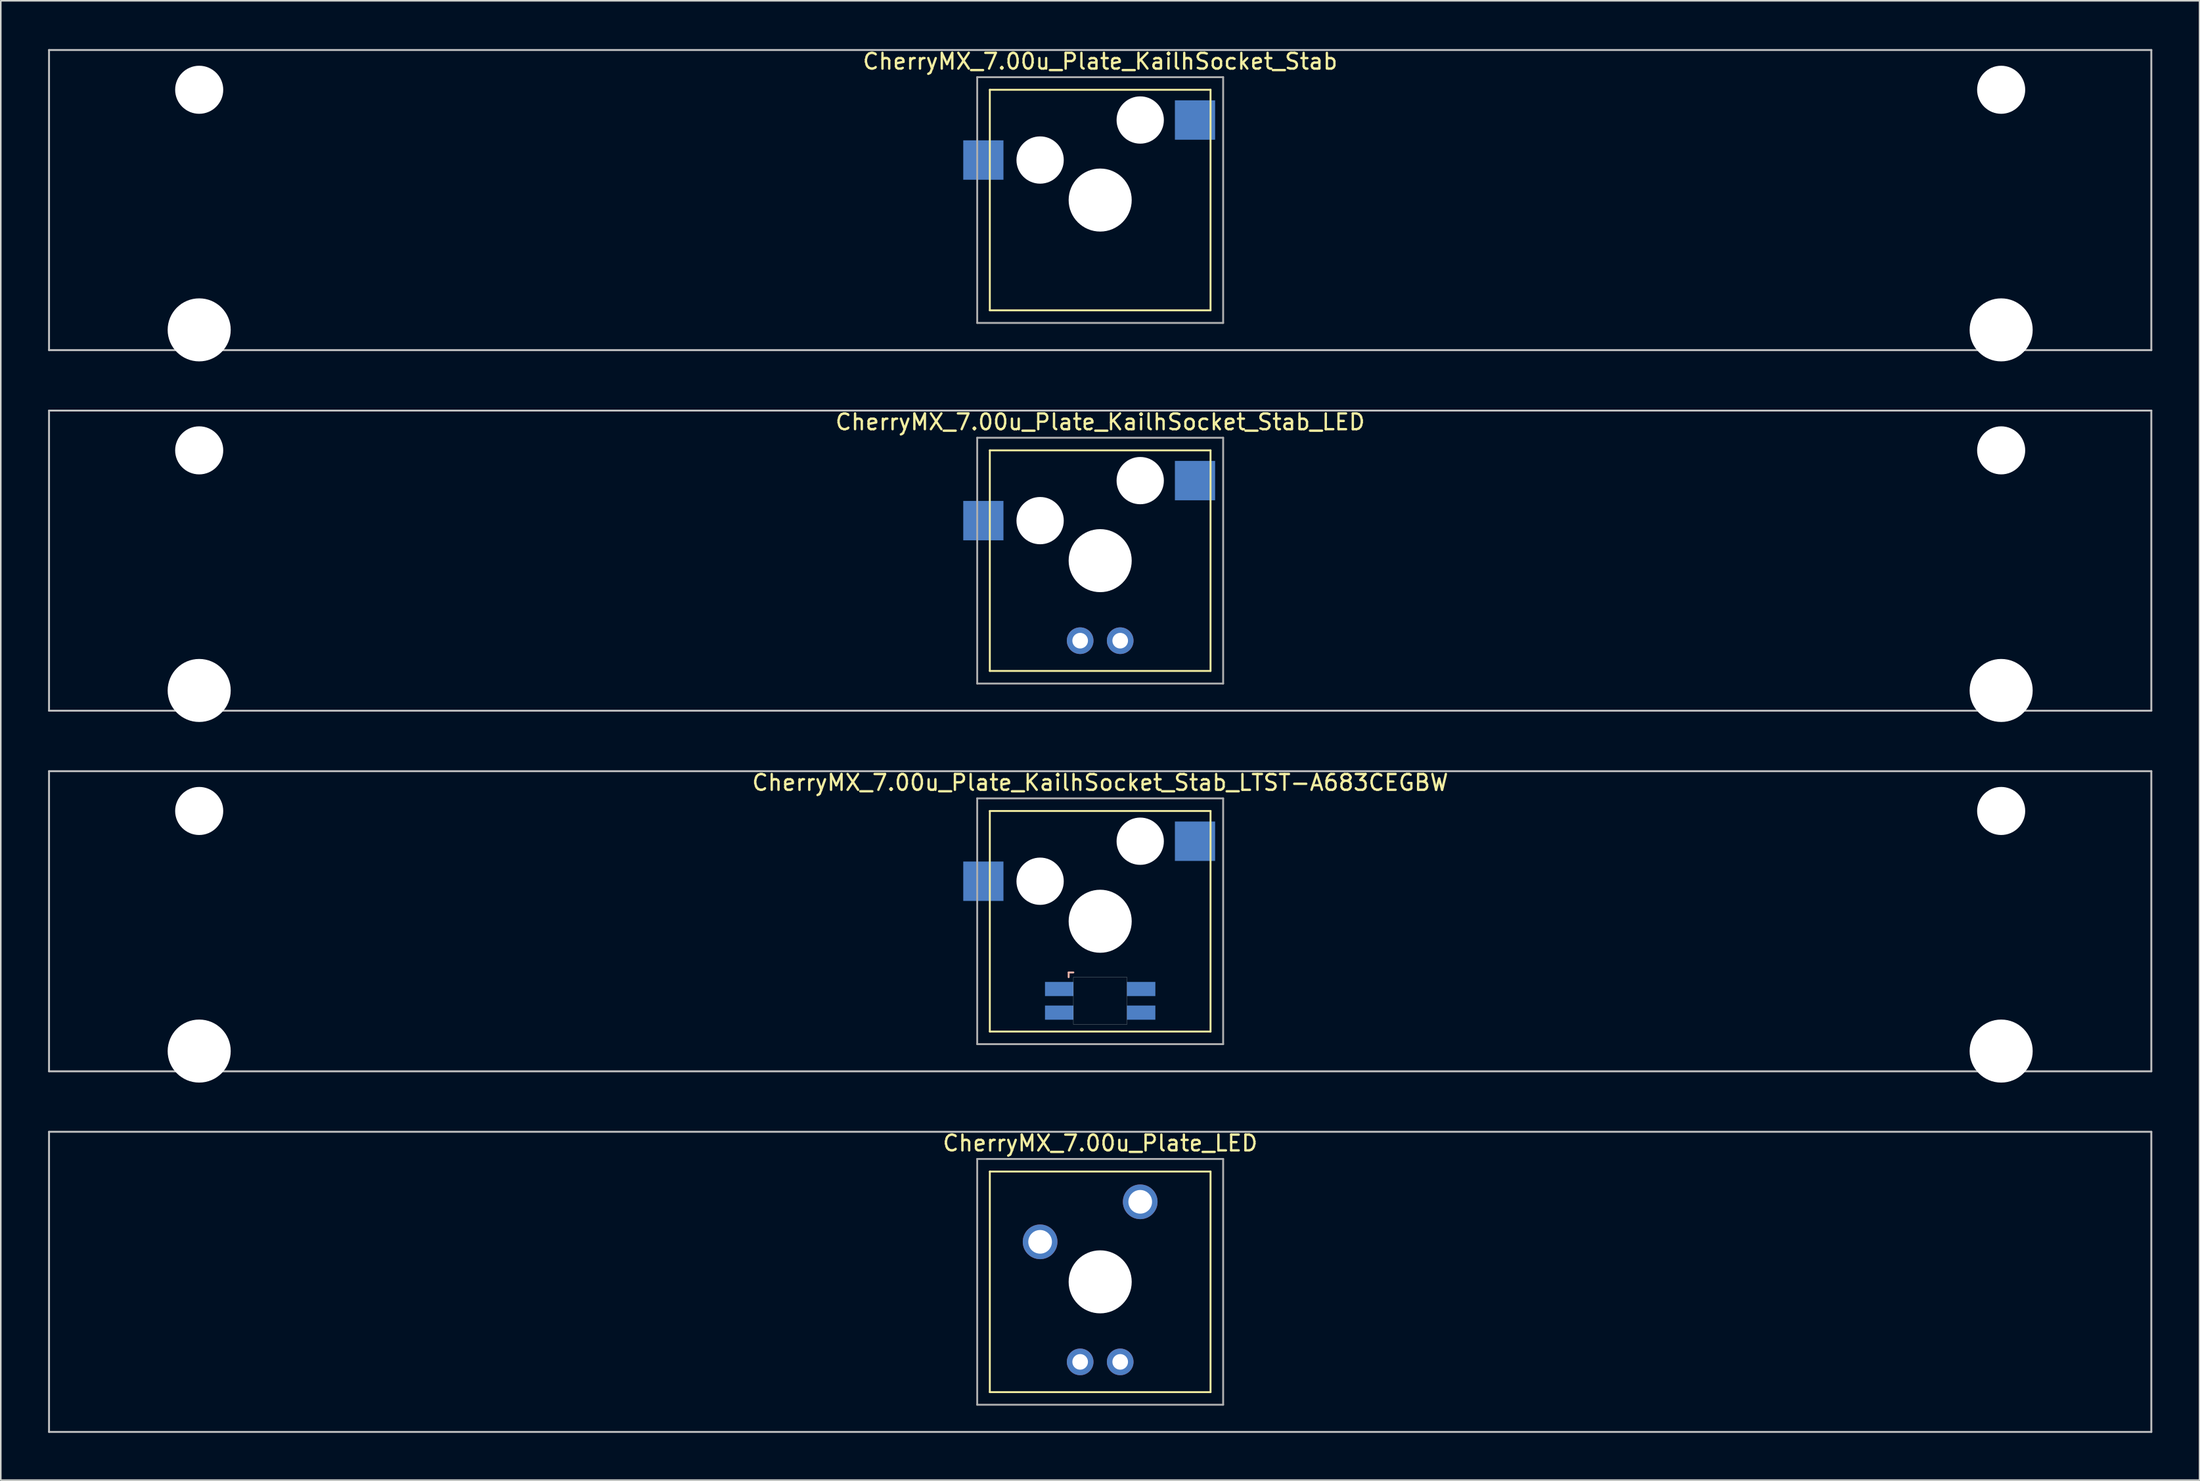
<source format=kicad_pcb>
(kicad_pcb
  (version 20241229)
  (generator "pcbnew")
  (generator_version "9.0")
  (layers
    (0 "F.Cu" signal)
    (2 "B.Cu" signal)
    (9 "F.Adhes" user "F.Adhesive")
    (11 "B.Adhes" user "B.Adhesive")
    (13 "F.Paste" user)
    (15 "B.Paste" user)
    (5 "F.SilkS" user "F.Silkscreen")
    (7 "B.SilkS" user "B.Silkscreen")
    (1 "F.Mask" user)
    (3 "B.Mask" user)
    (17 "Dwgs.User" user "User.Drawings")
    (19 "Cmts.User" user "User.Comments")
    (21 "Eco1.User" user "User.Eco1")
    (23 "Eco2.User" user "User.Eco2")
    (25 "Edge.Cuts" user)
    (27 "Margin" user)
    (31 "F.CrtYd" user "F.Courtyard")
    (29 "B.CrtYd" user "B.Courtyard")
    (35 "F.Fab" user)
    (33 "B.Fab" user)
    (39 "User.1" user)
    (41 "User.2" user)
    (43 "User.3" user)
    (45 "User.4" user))
  (footprint "CherryMX_7.00u_Plate_KailhSocket_Stab_LED"
    (layer "F.Cu")
    (at 66.735 32.536)
    (property "Reference" "CherryMX_7.00u_Plate_KailhSocket_Stab_LED" (at 0 -8.8 0) (layer "F.SilkS") (effects (font (size 1 1) (thickness 0.15))))
    (attr through_hole)
    (fp_line (start -7 -7) (end -7 7) (stroke (width 0.12) (type solid)) (layer "F.SilkS"))
    (fp_line (start -7 -7) (end 7 -7) (stroke (width 0.12) (type solid)) (layer "F.SilkS"))
    (fp_line (start 7 -7) (end 7 7) (stroke (width 0.12) (type solid)) (layer "F.SilkS"))
    (fp_line (start 7 7) (end -7 7) (stroke (width 0.12) (type solid)) (layer "F.SilkS"))
    (fp_line (start -66.675 -9.525) (end 66.675 -9.525) (stroke (width 0.12) (type solid)) (layer "Dwgs.User"))
    (fp_line (start -66.675 9.525) (end -66.675 -9.525) (stroke (width 0.12) (type solid)) (layer "Dwgs.User"))
    (fp_line (start 66.675 -9.525) (end 66.675 9.525) (stroke (width 0.12) (type solid)) (layer "Dwgs.User"))
    (fp_line (start 66.675 9.525) (end -66.675 9.525) (stroke (width 0.12) (type solid)) (layer "Dwgs.User"))
    (fp_line (start -7.8 -7.8) (end -7.8 7.8) (stroke (width 0.12) (type solid)) (layer "F.Fab"))
    (fp_line (start -7.8 -7.8) (end 7.8 -7.8) (stroke (width 0.12) (type solid)) (layer "F.Fab"))
    (fp_line (start -7.8 7.8) (end 7.8 7.8) (stroke (width 0.12) (type solid)) (layer "F.Fab"))
    (fp_line (start 7.8 -7.8) (end 7.8 7.8) (stroke (width 0.12) (type solid)) (layer "F.Fab"))
    (pad "" np_thru_hole circle (at -57.15 -7) (size 3.05 3.05) (drill 3.05) (layers "*.Cu" "*.Mask"))
    (pad "" np_thru_hole circle (at -57.15 8.24) (size 4 4) (drill 4) (layers "*.Cu" "*.Mask"))
    (pad "" np_thru_hole circle (at -3.81 -2.54) (size 3 3) (drill 3) (layers "*.Cu" "*.Mask"))
    (pad "" np_thru_hole circle (at 0 0) (size 4 4) (drill 4) (layers "*.Cu" "*.Mask"))
    (pad "" np_thru_hole circle (at 2.54 -5.08) (size 3 3) (drill 3) (layers "*.Cu" "*.Mask"))
    (pad "" np_thru_hole circle (at 57.15 -7) (size 3.05 3.05) (drill 3.05) (layers "*.Cu" "*.Mask"))
    (pad "" np_thru_hole circle (at 57.15 8.24) (size 4 4) (drill 4) (layers "*.Cu" "*.Mask"))
    (pad "1" smd rect (at -7.41 -2.54) (size 2.55 2.5) (layers "B.Cu" "B.Mask" "B.Paste"))
    (pad "2" smd rect (at 6.015 -5.08) (size 2.55 2.5) (layers "B.Cu" "B.Mask" "B.Paste"))
    (pad "3" thru_hole circle (at -1.27 5.08) (size 1.691 1.691) (drill 0.991) (layers "*.Cu" "*.Mask"))
    (pad "4" thru_hole circle (at 1.27 5.08) (size 1.691 1.691) (drill 0.991) (layers "*.Cu" "*.Mask")))
  (footprint "CherryMX_7.00u_Plate_LED"
    (layer "F.Cu")
    (at 66.735 78.313)
    (property "Reference" "CherryMX_7.00u_Plate_LED" (at 0 -8.8 0) (layer "F.SilkS") (effects (font (size 1 1) (thickness 0.15))))
    (attr through_hole)
    (fp_line (start -7 -7) (end -7 7) (stroke (width 0.12) (type solid)) (layer "F.SilkS"))
    (fp_line (start -7 -7) (end 7 -7) (stroke (width 0.12) (type solid)) (layer "F.SilkS"))
    (fp_line (start 7 -7) (end 7 7) (stroke (width 0.12) (type solid)) (layer "F.SilkS"))
    (fp_line (start 7 7) (end -7 7) (stroke (width 0.12) (type solid)) (layer "F.SilkS"))
    (fp_line (start -66.675 -9.525) (end 66.675 -9.525) (stroke (width 0.12) (type solid)) (layer "Dwgs.User"))
    (fp_line (start -66.675 9.525) (end -66.675 -9.525) (stroke (width 0.12) (type solid)) (layer "Dwgs.User"))
    (fp_line (start 66.675 -9.525) (end 66.675 9.525) (stroke (width 0.12) (type solid)) (layer "Dwgs.User"))
    (fp_line (start 66.675 9.525) (end -66.675 9.525) (stroke (width 0.12) (type solid)) (layer "Dwgs.User"))
    (fp_line (start -7.8 -7.8) (end -7.8 7.8) (stroke (width 0.12) (type solid)) (layer "F.Fab"))
    (fp_line (start -7.8 -7.8) (end 7.8 -7.8) (stroke (width 0.12) (type solid)) (layer "F.Fab"))
    (fp_line (start -7.8 7.8) (end 7.8 7.8) (stroke (width 0.12) (type solid)) (layer "F.Fab"))
    (fp_line (start 7.8 -7.8) (end 7.8 7.8) (stroke (width 0.12) (type solid)) (layer "F.Fab"))
    (pad "" np_thru_hole circle (at 0 0) (size 4 4) (drill 4) (layers "*.Cu" "*.Mask"))
    (pad "1" thru_hole circle (at -3.81 -2.54) (size 2.2 2.2) (drill 1.5) (layers "*.Cu" "*.Mask"))
    (pad "2" thru_hole circle (at 2.54 -5.08) (size 2.2 2.2) (drill 1.5) (layers "*.Cu" "*.Mask"))
    (pad "3" thru_hole circle (at -1.27 5.08) (size 1.691 1.691) (drill 0.991) (layers "*.Cu" "*.Mask"))
    (pad "4" thru_hole circle (at 1.27 5.08) (size 1.691 1.691) (drill 0.991) (layers "*.Cu" "*.Mask")))
  (footprint "CherryMX_7.00u_Plate_KailhSocket_Stab"
    (layer "F.Cu")
    (at 66.735 9.648)
    (property "Reference" "CherryMX_7.00u_Plate_KailhSocket_Stab" (at 0 -8.8 0) (layer "F.SilkS") (effects (font (size 1 1) (thickness 0.15))))
    (attr through_hole)
    (fp_line (start -7 -7) (end -7 7) (stroke (width 0.12) (type solid)) (layer "F.SilkS"))
    (fp_line (start -7 -7) (end 7 -7) (stroke (width 0.12) (type solid)) (layer "F.SilkS"))
    (fp_line (start 7 -7) (end 7 7) (stroke (width 0.12) (type solid)) (layer "F.SilkS"))
    (fp_line (start 7 7) (end -7 7) (stroke (width 0.12) (type solid)) (layer "F.SilkS"))
    (fp_line (start -66.675 -9.525) (end 66.675 -9.525) (stroke (width 0.12) (type solid)) (layer "Dwgs.User"))
    (fp_line (start -66.675 9.525) (end -66.675 -9.525) (stroke (width 0.12) (type solid)) (layer "Dwgs.User"))
    (fp_line (start 66.675 -9.525) (end 66.675 9.525) (stroke (width 0.12) (type solid)) (layer "Dwgs.User"))
    (fp_line (start 66.675 9.525) (end -66.675 9.525) (stroke (width 0.12) (type solid)) (layer "Dwgs.User"))
    (fp_line (start -7.8 -7.8) (end -7.8 7.8) (stroke (width 0.12) (type solid)) (layer "F.Fab"))
    (fp_line (start -7.8 -7.8) (end 7.8 -7.8) (stroke (width 0.12) (type solid)) (layer "F.Fab"))
    (fp_line (start -7.8 7.8) (end 7.8 7.8) (stroke (width 0.12) (type solid)) (layer "F.Fab"))
    (fp_line (start 7.8 -7.8) (end 7.8 7.8) (stroke (width 0.12) (type solid)) (layer "F.Fab"))
    (pad "" np_thru_hole circle (at -57.15 -7) (size 3.05 3.05) (drill 3.05) (layers "*.Cu" "*.Mask"))
    (pad "" np_thru_hole circle (at -57.15 8.24) (size 4 4) (drill 4) (layers "*.Cu" "*.Mask"))
    (pad "" np_thru_hole circle (at -3.81 -2.54) (size 3 3) (drill 3) (layers "*.Cu" "*.Mask"))
    (pad "" np_thru_hole circle (at 0 0) (size 4 4) (drill 4) (layers "*.Cu" "*.Mask"))
    (pad "" np_thru_hole circle (at 2.54 -5.08) (size 3 3) (drill 3) (layers "*.Cu" "*.Mask"))
    (pad "" np_thru_hole circle (at 57.15 -7) (size 3.05 3.05) (drill 3.05) (layers "*.Cu" "*.Mask"))
    (pad "" np_thru_hole circle (at 57.15 8.24) (size 4 4) (drill 4) (layers "*.Cu" "*.Mask"))
    (pad "1" smd rect (at -7.41 -2.54) (size 2.55 2.5) (layers "B.Cu" "B.Mask" "B.Paste"))
    (pad "2" smd rect (at 6.015 -5.08) (size 2.55 2.5) (layers "B.Cu" "B.Mask" "B.Paste")))
  (footprint "CherryMX_7.00u_Plate_KailhSocket_Stab_LTST-A683CEGBW"
    (layer "F.Cu")
    (at 66.735 55.425)
    (property "Reference" "CherryMX_7.00u_Plate_KailhSocket_Stab_LTST-A683CEGBW" (at 0 -8.8 0) (layer "F.SilkS") (effects (font (size 1 1) (thickness 0.15))))
    (attr through_hole)
    (fp_line (start -7 -7) (end -7 7) (stroke (width 0.12) (type solid)) (layer "F.SilkS"))
    (fp_line (start -7 -7) (end 7 -7) (stroke (width 0.12) (type solid)) (layer "F.SilkS"))
    (fp_line (start 7 -7) (end 7 7) (stroke (width 0.12) (type solid)) (layer "F.SilkS"))
    (fp_line (start 7 7) (end -7 7) (stroke (width 0.12) (type solid)) (layer "F.SilkS"))
    (fp_line (start -2 3.25) (end -2 3.55) (stroke (width 0.12) (type solid)) (layer "B.SilkS"))
    (fp_line (start -1.7 3.25) (end -2 3.25) (stroke (width 0.12) (type solid)) (layer "B.SilkS"))
    (fp_line (start -66.675 -9.525) (end 66.675 -9.525) (stroke (width 0.12) (type solid)) (layer "Dwgs.User"))
    (fp_line (start -66.675 9.525) (end -66.675 -9.525) (stroke (width 0.12) (type solid)) (layer "Dwgs.User"))
    (fp_line (start 66.675 -9.525) (end 66.675 9.525) (stroke (width 0.12) (type solid)) (layer "Dwgs.User"))
    (fp_line (start 66.675 9.525) (end -66.675 9.525) (stroke (width 0.12) (type solid)) (layer "Dwgs.User"))
    (fp_poly (pts (xy 1.7 6.55) (xy -1.7 6.55) (xy -1.7 3.55) (xy 1.7 3.55)) (stroke (width 0.01) (type solid)) (fill no) (layer "Edge.Cuts"))
    (fp_line (start -7.8 -7.8) (end -7.8 7.8) (stroke (width 0.12) (type solid)) (layer "F.Fab"))
    (fp_line (start -7.8 -7.8) (end 7.8 -7.8) (stroke (width 0.12) (type solid)) (layer "F.Fab"))
    (fp_line (start -7.8 7.8) (end 7.8 7.8) (stroke (width 0.12) (type solid)) (layer "F.Fab"))
    (fp_line (start 7.8 -7.8) (end 7.8 7.8) (stroke (width 0.12) (type solid)) (layer "F.Fab"))
    (pad "" np_thru_hole circle (at -57.15 -7) (size 3.05 3.05) (drill 3.05) (layers "*.Cu" "*.Mask"))
    (pad "" np_thru_hole circle (at -57.15 8.24) (size 4 4) (drill 4) (layers "*.Cu" "*.Mask"))
    (pad "" np_thru_hole circle (at -3.81 -2.54) (size 3 3) (drill 3) (layers "*.Cu" "*.Mask"))
    (pad "" np_thru_hole circle (at 0 0) (size 4 4) (drill 4) (layers "*.Cu" "*.Mask"))
    (pad "" np_thru_hole circle (at 2.54 -5.08) (size 3 3) (drill 3) (layers "*.Cu" "*.Mask"))
    (pad "" np_thru_hole circle (at 57.15 -7) (size 3.05 3.05) (drill 3.05) (layers "*.Cu" "*.Mask"))
    (pad "" np_thru_hole circle (at 57.15 8.24) (size 4 4) (drill 4) (layers "*.Cu" "*.Mask"))
    (pad "1" smd rect (at -7.41 -2.54) (size 2.55 2.5) (layers "B.Cu" "B.Mask" "B.Paste"))
    (pad "2" smd rect (at 6.015 -5.08) (size 2.55 2.5) (layers "B.Cu" "B.Mask" "B.Paste"))
    (pad "3" smd rect (at -2.6 4.3) (size 1.8 0.9) (layers "B.Cu" "B.Mask" "B.Paste"))
    (pad "4" smd rect (at -2.6 5.8) (size 1.8 0.9) (layers "B.Cu" "B.Mask" "B.Paste"))
    (pad "5" smd rect (at 2.6 4.3) (size 1.8 0.9) (layers "B.Cu" "B.Mask" "B.Paste"))
    (pad "6" smd rect (at 2.6 5.8) (size 1.8 0.9) (layers "B.Cu" "B.Mask" "B.Paste")))
  (gr_rect
    (start -3 -3)
    (end 136.47 90.898)
    (stroke (width 0.1) (type default))
    (fill no)
    (layer "Edge.Cuts")))
</source>
